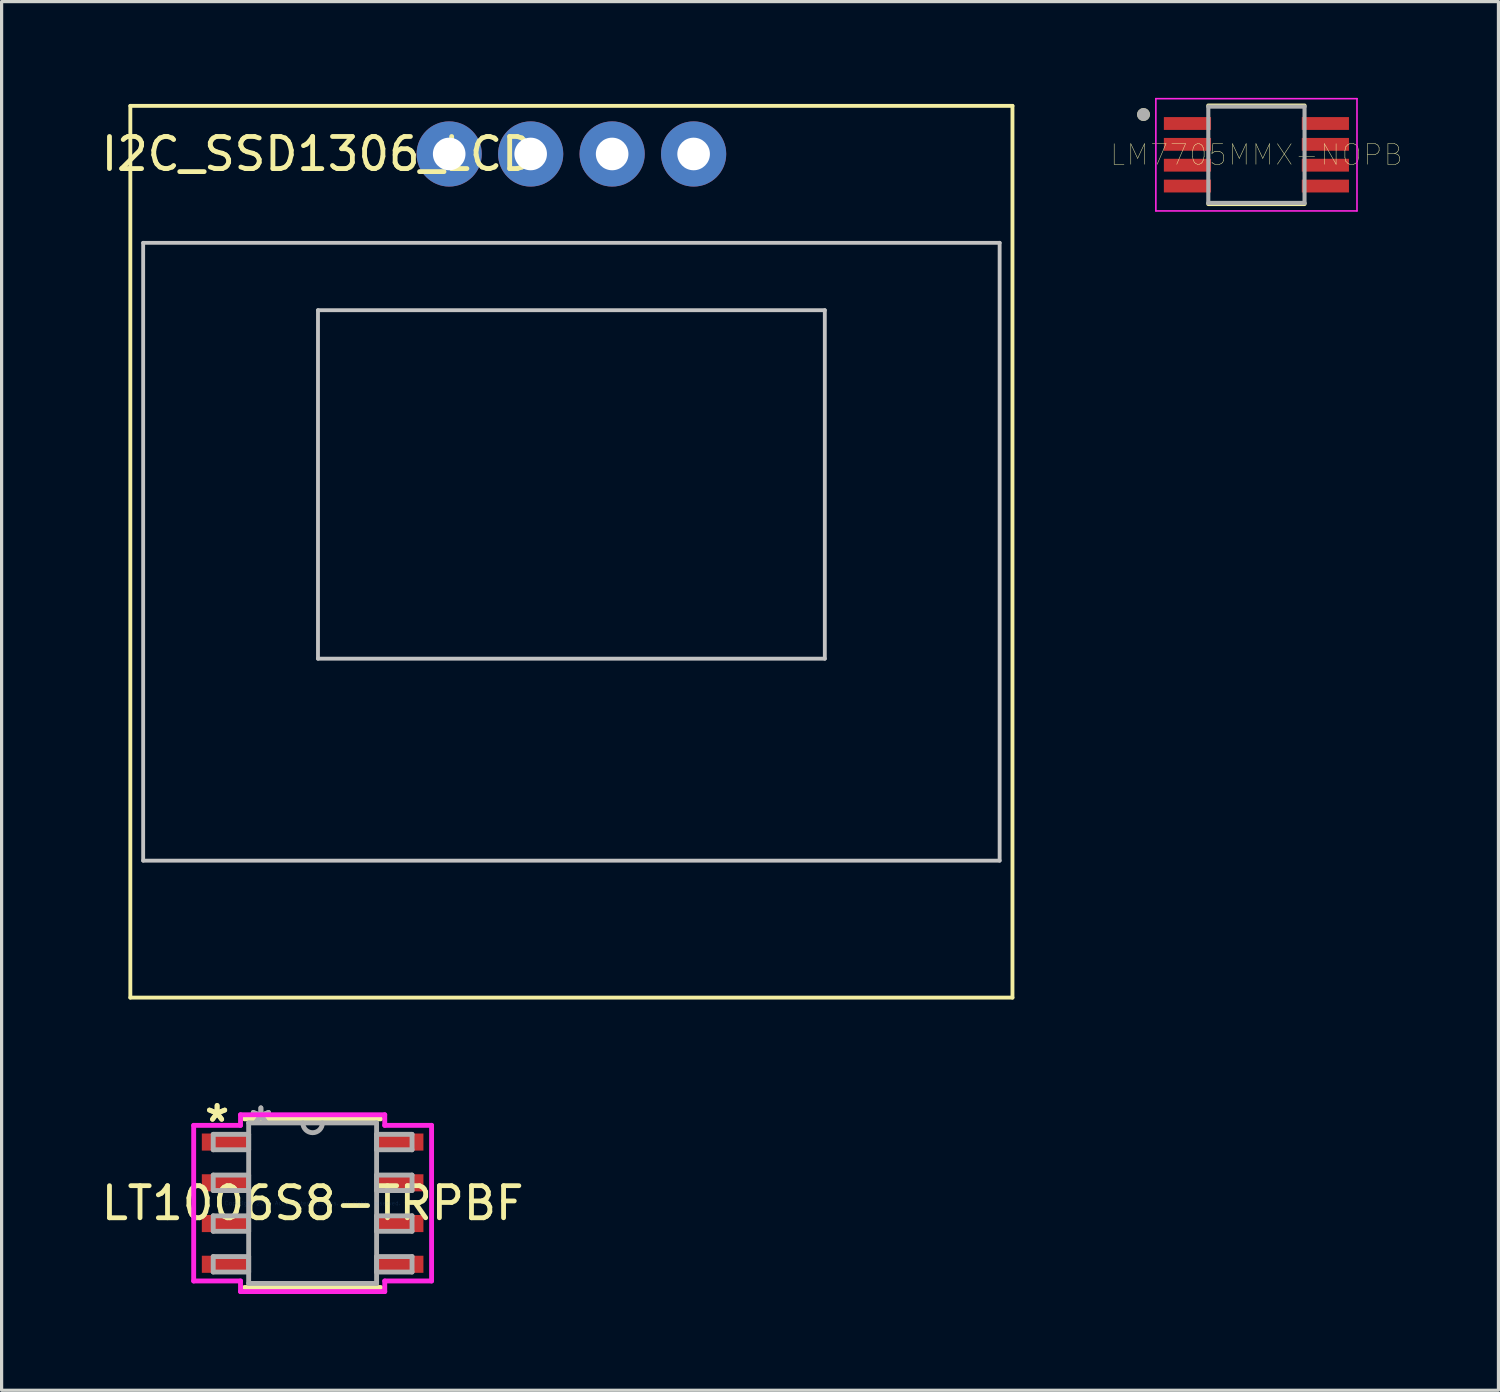
<source format=kicad_pcb>
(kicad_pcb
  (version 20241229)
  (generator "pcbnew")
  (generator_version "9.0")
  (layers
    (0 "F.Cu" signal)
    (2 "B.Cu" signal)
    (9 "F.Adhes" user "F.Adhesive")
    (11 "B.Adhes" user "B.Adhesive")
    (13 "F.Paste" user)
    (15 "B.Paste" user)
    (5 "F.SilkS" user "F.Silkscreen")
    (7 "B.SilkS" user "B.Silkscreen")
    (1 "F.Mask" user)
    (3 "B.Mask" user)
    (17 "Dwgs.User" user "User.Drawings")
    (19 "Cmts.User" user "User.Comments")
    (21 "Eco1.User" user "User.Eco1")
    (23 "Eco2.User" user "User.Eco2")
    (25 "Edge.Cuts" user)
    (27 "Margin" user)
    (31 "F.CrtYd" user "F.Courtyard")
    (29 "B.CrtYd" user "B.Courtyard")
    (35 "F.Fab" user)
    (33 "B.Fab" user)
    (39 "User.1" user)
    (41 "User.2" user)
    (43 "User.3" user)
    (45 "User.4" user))
  (footprint "LT1006S8-TRPBF"
    (layer "F.Cu")
    (at 6.696 34.458)
    (property "Reference" "LT1006S8-TRPBF" (at 0 0 0) (layer "F.SilkS") (effects (font (size 1 1) (thickness 0.15))))
    (attr through_hole)
    (fp_line (start -2.121 2.629) (end 2.121 2.629) (stroke (width 0.152) (type solid)) (layer "F.SilkS"))
    (fp_line (start 2.121 -2.629) (end -2.121 -2.629) (stroke (width 0.152) (type solid)) (layer "F.SilkS"))
    (fp_line (start -3.708 -2.426) (end -2.248 -2.426) (stroke (width 0.152) (type solid)) (layer "F.CrtYd"))
    (fp_line (start -3.708 2.426) (end -3.708 -2.426) (stroke (width 0.152) (type solid)) (layer "F.CrtYd"))
    (fp_line (start -2.248 -2.756) (end 2.248 -2.756) (stroke (width 0.152) (type solid)) (layer "F.CrtYd"))
    (fp_line (start -2.248 -2.426) (end -2.248 -2.756) (stroke (width 0.152) (type solid)) (layer "F.CrtYd"))
    (fp_line (start -2.248 2.426) (end -3.708 2.426) (stroke (width 0.152) (type solid)) (layer "F.CrtYd"))
    (fp_line (start -2.248 2.756) (end -2.248 2.426) (stroke (width 0.152) (type solid)) (layer "F.CrtYd"))
    (fp_line (start 2.248 -2.756) (end 2.248 -2.426) (stroke (width 0.152) (type solid)) (layer "F.CrtYd"))
    (fp_line (start 2.248 -2.426) (end 3.708 -2.426) (stroke (width 0.152) (type solid)) (layer "F.CrtYd"))
    (fp_line (start 2.248 2.426) (end 2.248 2.756) (stroke (width 0.152) (type solid)) (layer "F.CrtYd"))
    (fp_line (start 2.248 2.756) (end -2.248 2.756) (stroke (width 0.152) (type solid)) (layer "F.CrtYd"))
    (fp_line (start 3.708 -2.426) (end 3.708 2.426) (stroke (width 0.152) (type solid)) (layer "F.CrtYd"))
    (fp_line (start 3.708 2.426) (end 2.248 2.426) (stroke (width 0.152) (type solid)) (layer "F.CrtYd"))
    (fp_line (start -3.099 -2.146) (end -3.099 -1.664) (stroke (width 0.152) (type solid)) (layer "F.Fab"))
    (fp_line (start -3.099 -1.664) (end -1.994 -1.664) (stroke (width 0.152) (type solid)) (layer "F.Fab"))
    (fp_line (start -3.099 -0.876) (end -3.099 -0.394) (stroke (width 0.152) (type solid)) (layer "F.Fab"))
    (fp_line (start -3.099 -0.394) (end -1.994 -0.394) (stroke (width 0.152) (type solid)) (layer "F.Fab"))
    (fp_line (start -3.099 0.394) (end -3.099 0.876) (stroke (width 0.152) (type solid)) (layer "F.Fab"))
    (fp_line (start -3.099 0.876) (end -1.994 0.876) (stroke (width 0.152) (type solid)) (layer "F.Fab"))
    (fp_line (start -3.099 1.664) (end -3.099 2.146) (stroke (width 0.152) (type solid)) (layer "F.Fab"))
    (fp_line (start -3.099 2.146) (end -1.994 2.146) (stroke (width 0.152) (type solid)) (layer "F.Fab"))
    (fp_line (start -1.994 -2.502) (end -1.994 2.502) (stroke (width 0.152) (type solid)) (layer "F.Fab"))
    (fp_line (start -1.994 -2.146) (end -3.099 -2.146) (stroke (width 0.152) (type solid)) (layer "F.Fab"))
    (fp_line (start -1.994 -1.664) (end -1.994 -2.146) (stroke (width 0.152) (type solid)) (layer "F.Fab"))
    (fp_line (start -1.994 -0.876) (end -3.099 -0.876) (stroke (width 0.152) (type solid)) (layer "F.Fab"))
    (fp_line (start -1.994 -0.394) (end -1.994 -0.876) (stroke (width 0.152) (type solid)) (layer "F.Fab"))
    (fp_line (start -1.994 0.394) (end -3.099 0.394) (stroke (width 0.152) (type solid)) (layer "F.Fab"))
    (fp_line (start -1.994 0.876) (end -1.994 0.394) (stroke (width 0.152) (type solid)) (layer "F.Fab"))
    (fp_line (start -1.994 1.664) (end -3.099 1.664) (stroke (width 0.152) (type solid)) (layer "F.Fab"))
    (fp_line (start -1.994 2.146) (end -1.994 1.664) (stroke (width 0.152) (type solid)) (layer "F.Fab"))
    (fp_line (start -1.994 2.502) (end 1.994 2.502) (stroke (width 0.152) (type solid)) (layer "F.Fab"))
    (fp_line (start 1.994 -2.502) (end -1.994 -2.502) (stroke (width 0.152) (type solid)) (layer "F.Fab"))
    (fp_line (start 1.994 -2.146) (end 1.994 -1.664) (stroke (width 0.152) (type solid)) (layer "F.Fab"))
    (fp_line (start 1.994 -1.664) (end 3.099 -1.664) (stroke (width 0.152) (type solid)) (layer "F.Fab"))
    (fp_line (start 1.994 -0.876) (end 1.994 -0.394) (stroke (width 0.152) (type solid)) (layer "F.Fab"))
    (fp_line (start 1.994 -0.394) (end 3.099 -0.394) (stroke (width 0.152) (type solid)) (layer "F.Fab"))
    (fp_line (start 1.994 0.394) (end 1.994 0.876) (stroke (width 0.152) (type solid)) (layer "F.Fab"))
    (fp_line (start 1.994 0.876) (end 3.099 0.876) (stroke (width 0.152) (type solid)) (layer "F.Fab"))
    (fp_line (start 1.994 1.664) (end 1.994 2.146) (stroke (width 0.152) (type solid)) (layer "F.Fab"))
    (fp_line (start 1.994 2.146) (end 3.099 2.146) (stroke (width 0.152) (type solid)) (layer "F.Fab"))
    (fp_line (start 1.994 2.502) (end 1.994 -2.502) (stroke (width 0.152) (type solid)) (layer "F.Fab"))
    (fp_line (start 3.099 -2.146) (end 1.994 -2.146) (stroke (width 0.152) (type solid)) (layer "F.Fab"))
    (fp_line (start 3.099 -1.664) (end 3.099 -2.146) (stroke (width 0.152) (type solid)) (layer "F.Fab"))
    (fp_line (start 3.099 -0.876) (end 1.994 -0.876) (stroke (width 0.152) (type solid)) (layer "F.Fab"))
    (fp_line (start 3.099 -0.394) (end 3.099 -0.876) (stroke (width 0.152) (type solid)) (layer "F.Fab"))
    (fp_line (start 3.099 0.394) (end 1.994 0.394) (stroke (width 0.152) (type solid)) (layer "F.Fab"))
    (fp_line (start 3.099 0.876) (end 3.099 0.394) (stroke (width 0.152) (type solid)) (layer "F.Fab"))
    (fp_line (start 3.099 1.664) (end 1.994 1.664) (stroke (width 0.152) (type solid)) (layer "F.Fab"))
    (fp_line (start 3.099 2.146) (end 3.099 1.664) (stroke (width 0.152) (type solid)) (layer "F.Fab"))
    (fp_arc (start 0.3048 -2.5019) (mid 0 -2.1971) (end -0.3048 -2.5019) (stroke (width 0.1524) (type solid)) (layer "F.Fab"))
    (fp_text user "*" (at -2.978 -2.5 0) (layer "F.SilkS") (effects (font (size 1 1) (thickness 0.15))))
    (fp_text user "*" (at -2.978 -2.5 0) (layer "F.SilkS") (effects (font (size 1 1) (thickness 0.15))))
    (fp_text user "Copyright 2016 Accelerated Designs. All rights reserved." (at 0 0 0) (layer "Cmts.User") (effects (font (size 0.127 0.127) (thickness 0.002))))
    (fp_text user "*" (at -1.613 -2.426 0) (layer "F.Fab") (effects (font (size 1 1) (thickness 0.15))))
    (fp_text user "*" (at -1.613 -2.426 0) (layer "F.Fab") (effects (font (size 1 1) (thickness 0.15))))
    (pad "1" smd rect (at -2.724 -1.905) (size 1.46 0.533) (layers "F.Cu" "F.Mask" "F.Paste"))
    (pad "2" smd rect (at -2.724 -0.635) (size 1.46 0.533) (layers "F.Cu" "F.Mask" "F.Paste"))
    (pad "3" smd rect (at -2.724 0.635) (size 1.46 0.533) (layers "F.Cu" "F.Mask" "F.Paste"))
    (pad "4" smd rect (at -2.724 1.905) (size 1.46 0.533) (layers "F.Cu" "F.Mask" "F.Paste"))
    (pad "5" smd rect (at 2.724 1.905) (size 1.46 0.533) (layers "F.Cu" "F.Mask" "F.Paste"))
    (pad "6" smd rect (at 2.724 0.635) (size 1.46 0.533) (layers "F.Cu" "F.Mask" "F.Paste"))
    (pad "7" smd rect (at 2.724 -0.635) (size 1.46 0.533) (layers "F.Cu" "F.Mask" "F.Paste"))
    (pad "8" smd rect (at 2.724 -1.905) (size 1.46 0.533) (layers "F.Cu" "F.Mask" "F.Paste")))
  (footprint "LM7705MMX-NOPB"
    (layer "F.Cu")
    (at 36.118 1.775)
    (property "Reference" "LM7705MMX-NOPB" (at 0 0 0) (layer "F.SilkS") (effects (font (size 0.64 0.64) (thickness 0.015))))
    (attr through_hole)
    (fp_line (start -1.5 -1.535) (end 1.5 -1.535) (stroke (width 0.127) (type solid)) (layer "F.SilkS"))
    (fp_line (start -1.5 1.535) (end 1.5 1.535) (stroke (width 0.127) (type solid)) (layer "F.SilkS"))
    (fp_circle (center -3.52 -1.255) (end -3.42 -1.255) (stroke (width 0.2) (type solid)) (fill no) (layer "F.SilkS"))
    (fp_line (start -3.135 -1.75) (end -3.135 1.75) (stroke (width 0.05) (type solid)) (layer "F.CrtYd"))
    (fp_line (start -3.135 -1.75) (end 3.135 -1.75) (stroke (width 0.05) (type solid)) (layer "F.CrtYd"))
    (fp_line (start -3.135 1.75) (end 3.135 1.75) (stroke (width 0.05) (type solid)) (layer "F.CrtYd"))
    (fp_line (start 3.135 -1.75) (end 3.135 1.75) (stroke (width 0.05) (type solid)) (layer "F.CrtYd"))
    (fp_line (start -1.5 -1.5) (end -1.5 1.5) (stroke (width 0.127) (type solid)) (layer "F.Fab"))
    (fp_line (start -1.5 -1.5) (end 1.5 -1.5) (stroke (width 0.127) (type solid)) (layer "F.Fab"))
    (fp_line (start -1.5 1.5) (end 1.5 1.5) (stroke (width 0.127) (type solid)) (layer "F.Fab"))
    (fp_line (start 1.5 -1.5) (end 1.5 1.5) (stroke (width 0.127) (type solid)) (layer "F.Fab"))
    (fp_circle (center -3.52 -1.255) (end -3.42 -1.255) (stroke (width 0.2) (type solid)) (fill no) (layer "F.Fab"))
    (pad "1" smd rect (at -2.15 -0.975) (size 1.47 0.4) (layers "F.Cu" "F.Mask" "F.Paste"))
    (pad "2" smd rect (at -2.15 -0.325) (size 1.47 0.4) (layers "F.Cu" "F.Mask" "F.Paste"))
    (pad "3" smd rect (at -2.15 0.325) (size 1.47 0.4) (layers "F.Cu" "F.Mask" "F.Paste"))
    (pad "4" smd rect (at -2.15 0.975) (size 1.47 0.4) (layers "F.Cu" "F.Mask" "F.Paste"))
    (pad "5" smd rect (at 2.15 0.975) (size 1.47 0.4) (layers "F.Cu" "F.Mask" "F.Paste"))
    (pad "6" smd rect (at 2.15 0.325) (size 1.47 0.4) (layers "F.Cu" "F.Mask" "F.Paste"))
    (pad "7" smd rect (at 2.15 -0.325) (size 1.47 0.4) (layers "F.Cu" "F.Mask" "F.Paste"))
    (pad "8" smd rect (at 2.15 -0.975) (size 1.47 0.4) (layers "F.Cu" "F.Mask" "F.Paste")))
  (footprint "I2C_SSD1306_LCD"
    (layer "F.Cu")
    (at 14.763 0.25)
    (property "Reference" "I2C_SSD1306_LCD" (at -7.9 1.5 0) (layer "F.SilkS") (effects (font (size 1 1) (thickness 0.15))))
    (attr through_hole)
    (fp_line (start -13.75 0) (end -13.75 27.8) (stroke (width 0.12) (type solid)) (layer "F.SilkS"))
    (fp_line (start -13.75 0) (end 13.75 0) (stroke (width 0.12) (type solid)) (layer "F.SilkS"))
    (fp_line (start -13.75 27.8) (end 13.75 27.8) (stroke (width 0.12) (type solid)) (layer "F.SilkS"))
    (fp_line (start 13.75 0) (end 13.75 27.8) (stroke (width 0.12) (type solid)) (layer "F.SilkS"))
    (fp_line (start -13.35 4.27) (end 13.35 4.27) (stroke (width 0.12) (type solid)) (layer "Dwgs.User"))
    (fp_line (start -13.35 23.53) (end -13.35 4.27) (stroke (width 0.12) (type solid)) (layer "Dwgs.User"))
    (fp_line (start -7.9 6.37) (end 7.9 6.37) (stroke (width 0.12) (type solid)) (layer "Dwgs.User"))
    (fp_line (start -7.9 17.234) (end -7.9 6.37) (stroke (width 0.12) (type solid)) (layer "Dwgs.User"))
    (fp_line (start 7.9 6.37) (end 7.9 17.234) (stroke (width 0.12) (type solid)) (layer "Dwgs.User"))
    (fp_line (start 7.9 17.234) (end -7.9 17.234) (stroke (width 0.12) (type solid)) (layer "Dwgs.User"))
    (fp_line (start 13.35 4.27) (end 13.35 23.53) (stroke (width 0.12) (type solid)) (layer "Dwgs.User"))
    (fp_line (start 13.35 23.53) (end -13.35 23.53) (stroke (width 0.12) (type solid)) (layer "Dwgs.User"))
    (fp_circle (center -11.75 2) (end -10.75 2) (stroke (width 0.12) (type solid)) (fill no) (layer "Eco2.User"))
    (fp_circle (center -11.75 25.8) (end -10.75 25.8) (stroke (width 0.12) (type solid)) (fill no) (layer "Eco2.User"))
    (fp_circle (center 11.75 2) (end 12.75 2) (stroke (width 0.12) (type solid)) (fill no) (layer "Eco2.User"))
    (fp_circle (center 11.75 25.8) (end 12.75 25.8) (stroke (width 0.12) (type solid)) (fill no) (layer "Eco2.User"))
    (pad "1" thru_hole oval (at -3.81 1.5) (size 2.032 2.032) (drill 1.016) (layers "*.Cu" "*.Mask"))
    (pad "2" thru_hole oval (at -1.27 1.5) (size 2.032 2.032) (drill 1.016) (layers "*.Cu" "*.Mask"))
    (pad "3" thru_hole oval (at 1.27 1.5) (size 2.032 2.032) (drill 1.016) (layers "*.Cu" "*.Mask"))
    (pad "4" thru_hole oval (at 3.81 1.5) (size 2.032 2.032) (drill 1.016) (layers "*.Cu" "*.Mask")))
  (gr_rect
    (start -3 -3)
    (end 43.663 40.29)
    (stroke (width 0.1) (type default))
    (fill no)
    (layer "Edge.Cuts")))
</source>
